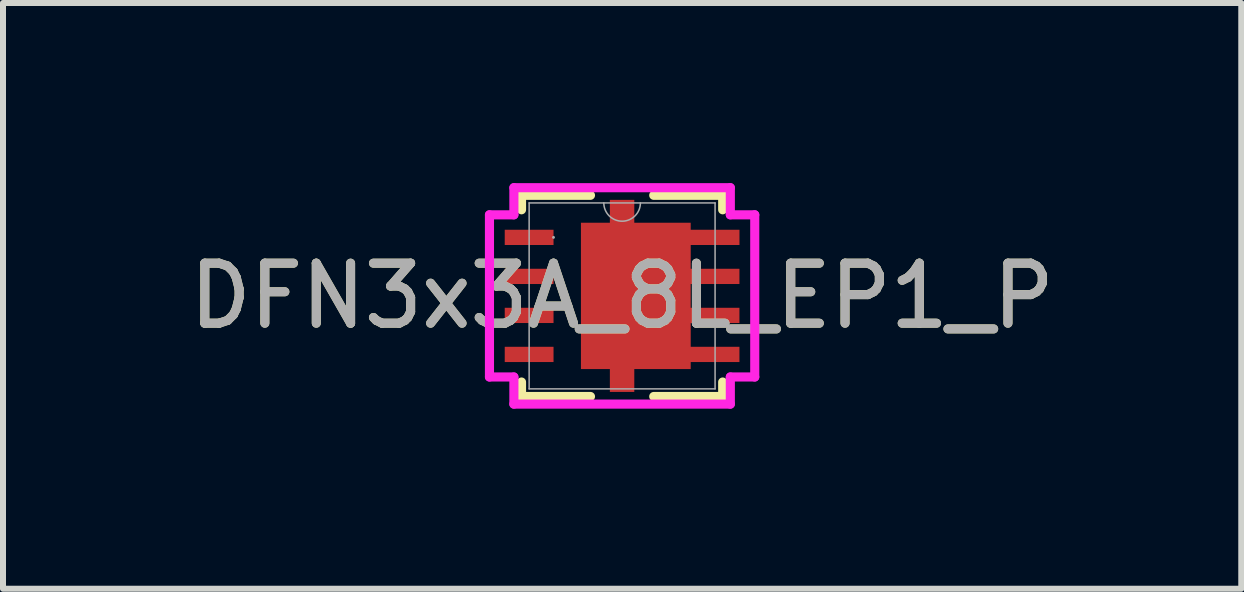
<source format=kicad_pcb>
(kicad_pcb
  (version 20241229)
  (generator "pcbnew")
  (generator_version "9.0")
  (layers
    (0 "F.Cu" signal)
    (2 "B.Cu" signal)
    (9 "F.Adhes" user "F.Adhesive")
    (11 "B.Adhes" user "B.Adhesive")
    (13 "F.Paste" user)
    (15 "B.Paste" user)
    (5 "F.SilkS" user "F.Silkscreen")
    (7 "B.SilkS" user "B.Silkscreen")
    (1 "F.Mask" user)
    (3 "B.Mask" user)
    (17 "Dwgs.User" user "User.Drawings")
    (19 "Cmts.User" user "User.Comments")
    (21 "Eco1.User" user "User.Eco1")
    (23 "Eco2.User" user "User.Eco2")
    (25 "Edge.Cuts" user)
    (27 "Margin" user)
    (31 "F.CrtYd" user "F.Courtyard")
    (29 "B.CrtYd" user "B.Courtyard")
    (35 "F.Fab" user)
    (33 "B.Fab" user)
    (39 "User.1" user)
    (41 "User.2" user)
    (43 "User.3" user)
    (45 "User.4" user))
  (footprint "DFN3x3A_8L_EP1_P"
    (layer "F.Cu")
    (at 7.315 1.88)
    (property "Reference" "DFN3x3A_8L_EP1_P" (at 0 0 0) (unlocked yes) (layer "F.SilkS") (effects (font (size 1 1) (thickness 0.15))))
    (attr smd)
    (fp_line (start -1.676 -1.676) (end -1.676 -1.435) (stroke (width 0.152) (type solid)) (layer "F.SilkS"))
    (fp_line (start -1.676 1.435) (end -1.676 1.676) (stroke (width 0.152) (type solid)) (layer "F.SilkS"))
    (fp_line (start -1.676 1.676) (end -0.527 1.676) (stroke (width 0.152) (type solid)) (layer "F.SilkS"))
    (fp_line (start -0.527 -1.676) (end -1.676 -1.676) (stroke (width 0.152) (type solid)) (layer "F.SilkS"))
    (fp_line (start 0.527 1.676) (end 1.676 1.676) (stroke (width 0.152) (type solid)) (layer "F.SilkS"))
    (fp_line (start 1.676 -1.676) (end 0.527 -1.676) (stroke (width 0.152) (type solid)) (layer "F.SilkS"))
    (fp_line (start 1.676 -1.435) (end 1.676 -1.676) (stroke (width 0.152) (type solid)) (layer "F.SilkS"))
    (fp_line (start 1.676 1.676) (end 1.676 1.435) (stroke (width 0.152) (type solid)) (layer "F.SilkS"))
    (fp_line (start -2.21 -1.351) (end -1.803 -1.351) (stroke (width 0.152) (type solid)) (layer "F.CrtYd"))
    (fp_line (start -2.21 1.351) (end -2.21 -1.351) (stroke (width 0.152) (type solid)) (layer "F.CrtYd"))
    (fp_line (start -2.21 1.351) (end -1.803 1.351) (stroke (width 0.152) (type solid)) (layer "F.CrtYd"))
    (fp_line (start -1.803 -1.803) (end 1.803 -1.803) (stroke (width 0.152) (type solid)) (layer "F.CrtYd"))
    (fp_line (start -1.803 -1.351) (end -1.803 -1.803) (stroke (width 0.152) (type solid)) (layer "F.CrtYd"))
    (fp_line (start -1.803 1.803) (end -1.803 1.351) (stroke (width 0.152) (type solid)) (layer "F.CrtYd"))
    (fp_line (start 1.803 -1.803) (end 1.803 -1.351) (stroke (width 0.152) (type solid)) (layer "F.CrtYd"))
    (fp_line (start 1.803 1.351) (end 1.803 1.803) (stroke (width 0.152) (type solid)) (layer "F.CrtYd"))
    (fp_line (start 1.803 1.803) (end -1.803 1.803) (stroke (width 0.152) (type solid)) (layer "F.CrtYd"))
    (fp_line (start 2.21 -1.351) (end 1.803 -1.351) (stroke (width 0.152) (type solid)) (layer "F.CrtYd"))
    (fp_line (start 2.21 -1.351) (end 2.21 1.351) (stroke (width 0.152) (type solid)) (layer "F.CrtYd"))
    (fp_line (start 2.21 1.351) (end 1.803 1.351) (stroke (width 0.152) (type solid)) (layer "F.CrtYd"))
    (fp_line (start -1.549 -1.549) (end -1.549 1.549) (stroke (width 0.025) (type solid)) (layer "F.Fab"))
    (fp_line (start -1.549 1.549) (end 1.549 1.549) (stroke (width 0.025) (type solid)) (layer "F.Fab"))
    (fp_line (start 1.549 -1.549) (end -1.549 -1.549) (stroke (width 0.025) (type solid)) (layer "F.Fab"))
    (fp_line (start 1.549 1.549) (end 1.549 -1.549) (stroke (width 0.025) (type solid)) (layer "F.Fab"))
    (fp_arc (start 0.3048 -1.5494) (mid 0 -1.2446) (end -0.3048 -1.5494) (stroke (width 0.0254) (type solid)) (layer "F.Fab"))
    (fp_circle (center -1.143 -0.975) (end -1.143 -0.975) (stroke (width 0.025) (type solid)) (fill no) (layer "F.Fab"))
    (fp_text user "${REFERENCE}" (at 0 0 0) (unlocked yes) (layer "F.Fab") (effects (font (size 1 1) (thickness 0.15))))
    (pad "1" smd rect (at -1.549 -0.975) (size 0.813 0.254) (layers "F.Cu" "F.Mask" "F.Paste"))
    (pad "2" smd rect (at -1.549 -0.325) (size 0.813 0.254) (layers "F.Cu" "F.Mask" "F.Paste"))
    (pad "3" smd rect (at -1.549 0.325) (size 0.813 0.254) (layers "F.Cu" "F.Mask" "F.Paste"))
    (pad "4" smd rect (at -1.549 0.975) (size 0.813 0.254) (layers "F.Cu" "F.Mask" "F.Paste"))
    (pad "5" smd custom (at 1.549 -0.975) (size 0.813 0.254) (layers "F.Cu" "F.Mask" "F.Paste") (options (anchor rect)) (primitives (gr_line (start -0.549 -0.025) (end -0.049 -0.025) (width 0.2)) (gr_poly (pts (xy -2.235 -0.244) (xy -1.753 -0.244) (xy -1.753 -0.625) (xy -1.346 -0.625) (xy -1.346 -0.244) (xy -0.406 -0.244) (xy -0.406 2.194) (xy -1.346 2.194) (xy -1.346 2.575) (xy -1.753 2.575) (xy -1.753 2.194) (xy -2.235 2.194)) (width 0) (fill yes)) (gr_rect (start -0.549 0.523) (end 0.406 0.777) (width 0) (fill yes)) (gr_rect (start -0.906 1.823) (end 0.406 2.077) (width 0) (fill yes)) (gr_rect (start -0.906 1.173) (end 0.406 1.427) (width 0) (fill yes)))))
  (gr_rect
    (start -3 -3)
    (end 17.631 6.759)
    (stroke (width 0.1) (type default))
    (fill no)
    (layer "Edge.Cuts")))
</source>
